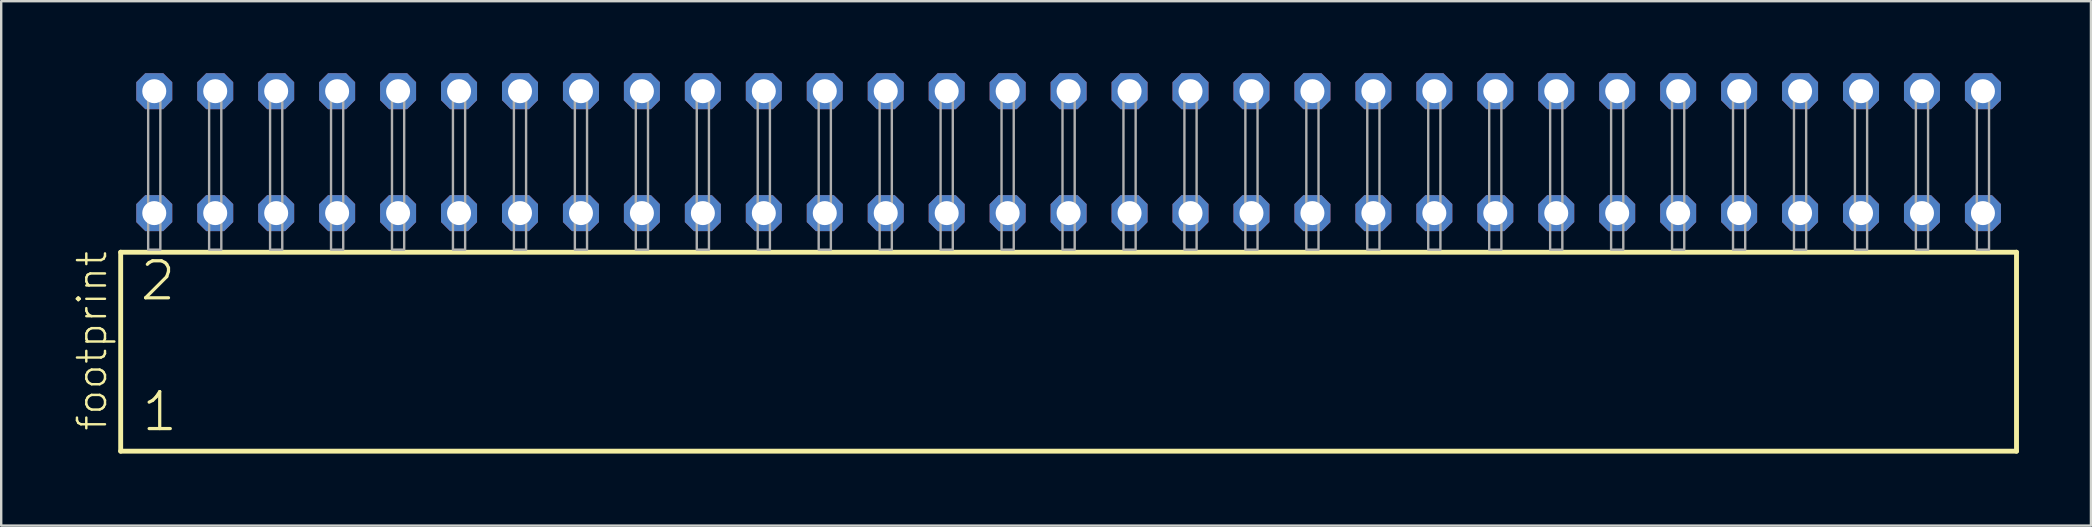
<source format=kicad_pcb>
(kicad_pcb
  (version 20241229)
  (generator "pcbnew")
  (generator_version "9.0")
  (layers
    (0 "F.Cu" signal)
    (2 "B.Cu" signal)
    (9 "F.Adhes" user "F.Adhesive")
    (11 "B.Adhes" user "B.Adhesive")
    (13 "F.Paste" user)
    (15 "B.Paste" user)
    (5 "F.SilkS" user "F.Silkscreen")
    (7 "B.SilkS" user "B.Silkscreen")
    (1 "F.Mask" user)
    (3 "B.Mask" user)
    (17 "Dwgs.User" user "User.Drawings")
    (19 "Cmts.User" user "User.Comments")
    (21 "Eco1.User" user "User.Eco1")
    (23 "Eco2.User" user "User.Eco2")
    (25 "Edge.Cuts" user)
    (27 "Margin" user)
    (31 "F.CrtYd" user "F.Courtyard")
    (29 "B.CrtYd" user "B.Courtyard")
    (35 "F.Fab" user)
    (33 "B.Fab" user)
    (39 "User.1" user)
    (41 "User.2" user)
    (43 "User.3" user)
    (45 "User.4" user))
  (footprint "footprint"
    (layer "F.Cu")
    (at 41.478 7.354)
    (property "Reference" "footprint" (at -40.005 7.62 90) (layer "F.SilkS") (effects (font (size 1.168 1.168) (thickness 0.102)) (justify left bottom)))
    (fp_line (start -39.499 0.106) (end -39.499 8.396) (stroke (width 0.203) (type solid)) (layer "F.SilkS"))
    (fp_line (start -39.499 8.396) (end 39.499 8.396) (stroke (width 0.203) (type solid)) (layer "F.SilkS"))
    (fp_line (start 39.499 0.106) (end -39.499 0.106) (stroke (width 0.203) (type solid)) (layer "F.SilkS"))
    (fp_line (start 39.499 8.396) (end 39.499 0.106) (stroke (width 0.203) (type solid)) (layer "F.SilkS"))
    (fp_poly (pts (xy -38.354 0) (xy -37.846 0) (xy -37.846 -6.858) (xy -38.354 -6.858)) (stroke (width 0.1) (type solid)) (fill no) (layer "F.Fab"))
    (fp_poly (pts (xy -35.814 0) (xy -35.306 0) (xy -35.306 -6.858) (xy -35.814 -6.858)) (stroke (width 0.1) (type solid)) (fill no) (layer "F.Fab"))
    (fp_poly (pts (xy -33.274 0) (xy -32.766 0) (xy -32.766 -6.858) (xy -33.274 -6.858)) (stroke (width 0.1) (type solid)) (fill no) (layer "F.Fab"))
    (fp_poly (pts (xy -30.734 0) (xy -30.226 0) (xy -30.226 -6.858) (xy -30.734 -6.858)) (stroke (width 0.1) (type solid)) (fill no) (layer "F.Fab"))
    (fp_poly (pts (xy -28.194 0) (xy -27.686 0) (xy -27.686 -6.858) (xy -28.194 -6.858)) (stroke (width 0.1) (type solid)) (fill no) (layer "F.Fab"))
    (fp_poly (pts (xy -25.654 0) (xy -25.146 0) (xy -25.146 -6.858) (xy -25.654 -6.858)) (stroke (width 0.1) (type solid)) (fill no) (layer "F.Fab"))
    (fp_poly (pts (xy -23.114 0) (xy -22.606 0) (xy -22.606 -6.858) (xy -23.114 -6.858)) (stroke (width 0.1) (type solid)) (fill no) (layer "F.Fab"))
    (fp_poly (pts (xy -20.574 0) (xy -20.066 0) (xy -20.066 -6.858) (xy -20.574 -6.858)) (stroke (width 0.1) (type solid)) (fill no) (layer "F.Fab"))
    (fp_poly (pts (xy -18.034 0) (xy -17.526 0) (xy -17.526 -6.858) (xy -18.034 -6.858)) (stroke (width 0.1) (type solid)) (fill no) (layer "F.Fab"))
    (fp_poly (pts (xy -15.494 0) (xy -14.986 0) (xy -14.986 -6.858) (xy -15.494 -6.858)) (stroke (width 0.1) (type solid)) (fill no) (layer "F.Fab"))
    (fp_poly (pts (xy -12.954 0) (xy -12.446 0) (xy -12.446 -6.858) (xy -12.954 -6.858)) (stroke (width 0.1) (type solid)) (fill no) (layer "F.Fab"))
    (fp_poly (pts (xy -10.414 0) (xy -9.906 0) (xy -9.906 -6.858) (xy -10.414 -6.858)) (stroke (width 0.1) (type solid)) (fill no) (layer "F.Fab"))
    (fp_poly (pts (xy -7.874 0) (xy -7.366 0) (xy -7.366 -6.858) (xy -7.874 -6.858)) (stroke (width 0.1) (type solid)) (fill no) (layer "F.Fab"))
    (fp_poly (pts (xy -5.334 0) (xy -4.826 0) (xy -4.826 -6.858) (xy -5.334 -6.858)) (stroke (width 0.1) (type solid)) (fill no) (layer "F.Fab"))
    (fp_poly (pts (xy -2.794 0) (xy -2.286 0) (xy -2.286 -6.858) (xy -2.794 -6.858)) (stroke (width 0.1) (type solid)) (fill no) (layer "F.Fab"))
    (fp_poly (pts (xy -0.254 0) (xy 0.254 0) (xy 0.254 -6.858) (xy -0.254 -6.858)) (stroke (width 0.1) (type solid)) (fill no) (layer "F.Fab"))
    (fp_poly (pts (xy 2.286 0) (xy 2.794 0) (xy 2.794 -6.858) (xy 2.286 -6.858)) (stroke (width 0.1) (type solid)) (fill no) (layer "F.Fab"))
    (fp_poly (pts (xy 4.826 0) (xy 5.334 0) (xy 5.334 -6.858) (xy 4.826 -6.858)) (stroke (width 0.1) (type solid)) (fill no) (layer "F.Fab"))
    (fp_poly (pts (xy 7.366 0) (xy 7.874 0) (xy 7.874 -6.858) (xy 7.366 -6.858)) (stroke (width 0.1) (type solid)) (fill no) (layer "F.Fab"))
    (fp_poly (pts (xy 9.906 0) (xy 10.414 0) (xy 10.414 -6.858) (xy 9.906 -6.858)) (stroke (width 0.1) (type solid)) (fill no) (layer "F.Fab"))
    (fp_poly (pts (xy 12.446 0) (xy 12.954 0) (xy 12.954 -6.858) (xy 12.446 -6.858)) (stroke (width 0.1) (type solid)) (fill no) (layer "F.Fab"))
    (fp_poly (pts (xy 14.986 0) (xy 15.494 0) (xy 15.494 -6.858) (xy 14.986 -6.858)) (stroke (width 0.1) (type solid)) (fill no) (layer "F.Fab"))
    (fp_poly (pts (xy 17.526 0) (xy 18.034 0) (xy 18.034 -6.858) (xy 17.526 -6.858)) (stroke (width 0.1) (type solid)) (fill no) (layer "F.Fab"))
    (fp_poly (pts (xy 20.066 0) (xy 20.574 0) (xy 20.574 -6.858) (xy 20.066 -6.858)) (stroke (width 0.1) (type solid)) (fill no) (layer "F.Fab"))
    (fp_poly (pts (xy 22.606 0) (xy 23.114 0) (xy 23.114 -6.858) (xy 22.606 -6.858)) (stroke (width 0.1) (type solid)) (fill no) (layer "F.Fab"))
    (fp_poly (pts (xy 25.146 0) (xy 25.654 0) (xy 25.654 -6.858) (xy 25.146 -6.858)) (stroke (width 0.1) (type solid)) (fill no) (layer "F.Fab"))
    (fp_poly (pts (xy 27.686 0) (xy 28.194 0) (xy 28.194 -6.858) (xy 27.686 -6.858)) (stroke (width 0.1) (type solid)) (fill no) (layer "F.Fab"))
    (fp_poly (pts (xy 30.226 0) (xy 30.734 0) (xy 30.734 -6.858) (xy 30.226 -6.858)) (stroke (width 0.1) (type solid)) (fill no) (layer "F.Fab"))
    (fp_poly (pts (xy 32.766 0) (xy 33.274 0) (xy 33.274 -6.858) (xy 32.766 -6.858)) (stroke (width 0.1) (type solid)) (fill no) (layer "F.Fab"))
    (fp_poly (pts (xy 35.306 0) (xy 35.814 0) (xy 35.814 -6.858) (xy 35.306 -6.858)) (stroke (width 0.1) (type solid)) (fill no) (layer "F.Fab"))
    (fp_poly (pts (xy 37.846 0) (xy 38.354 0) (xy 38.354 -6.858) (xy 37.846 -6.858)) (stroke (width 0.1) (type solid)) (fill no) (layer "F.Fab"))
    (fp_text user "2" (at -38.77 2.2 0) (layer "F.SilkS") (effects (font (size 1.542 1.542) (thickness 0.134)) (justify left bottom)))
    (fp_text user "1" (at -38.695 7.65 0) (layer "F.SilkS") (effects (font (size 1.542 1.542) (thickness 0.134)) (justify left bottom)))
    (pad "1" thru_hole roundrect (at -38.1 -1.524) (size 1.5 1.5) (drill 1) (layers "*.Cu" "*.Mask") (roundrect_rratio 0.25) (chamfer_ratio 0.25) (chamfer top_left top_right bottom_left bottom_right))
    (pad "2" thru_hole roundrect (at -38.1 -6.604) (size 1.5 1.5) (drill 1) (layers "*.Cu" "*.Mask") (roundrect_rratio 0.25) (chamfer_ratio 0.25) (chamfer top_left top_right bottom_left bottom_right))
    (pad "3" thru_hole roundrect (at -35.56 -1.524) (size 1.5 1.5) (drill 1) (layers "*.Cu" "*.Mask") (roundrect_rratio 0.25) (chamfer_ratio 0.25) (chamfer top_left top_right bottom_left bottom_right))
    (pad "4" thru_hole roundrect (at -35.56 -6.604) (size 1.5 1.5) (drill 1) (layers "*.Cu" "*.Mask") (roundrect_rratio 0.25) (chamfer_ratio 0.25) (chamfer top_left top_right bottom_left bottom_right))
    (pad "5" thru_hole roundrect (at -33.02 -1.524) (size 1.5 1.5) (drill 1) (layers "*.Cu" "*.Mask") (roundrect_rratio 0.25) (chamfer_ratio 0.25) (chamfer top_left top_right bottom_left bottom_right))
    (pad "6" thru_hole roundrect (at -33.02 -6.604) (size 1.5 1.5) (drill 1) (layers "*.Cu" "*.Mask") (roundrect_rratio 0.25) (chamfer_ratio 0.25) (chamfer top_left top_right bottom_left bottom_right))
    (pad "7" thru_hole roundrect (at -30.48 -1.524) (size 1.5 1.5) (drill 1) (layers "*.Cu" "*.Mask") (roundrect_rratio 0.25) (chamfer_ratio 0.25) (chamfer top_left top_right bottom_left bottom_right))
    (pad "8" thru_hole roundrect (at -30.48 -6.604) (size 1.5 1.5) (drill 1) (layers "*.Cu" "*.Mask") (roundrect_rratio 0.25) (chamfer_ratio 0.25) (chamfer top_left top_right bottom_left bottom_right))
    (pad "9" thru_hole roundrect (at -27.94 -1.524) (size 1.5 1.5) (drill 1) (layers "*.Cu" "*.Mask") (roundrect_rratio 0.25) (chamfer_ratio 0.25) (chamfer top_left top_right bottom_left bottom_right))
    (pad "10" thru_hole roundrect (at -27.94 -6.604) (size 1.5 1.5) (drill 1) (layers "*.Cu" "*.Mask") (roundrect_rratio 0.25) (chamfer_ratio 0.25) (chamfer top_left top_right bottom_left bottom_right))
    (pad "11" thru_hole roundrect (at -25.4 -1.524) (size 1.5 1.5) (drill 1) (layers "*.Cu" "*.Mask") (roundrect_rratio 0.25) (chamfer_ratio 0.25) (chamfer top_left top_right bottom_left bottom_right))
    (pad "12" thru_hole roundrect (at -25.4 -6.604) (size 1.5 1.5) (drill 1) (layers "*.Cu" "*.Mask") (roundrect_rratio 0.25) (chamfer_ratio 0.25) (chamfer top_left top_right bottom_left bottom_right))
    (pad "13" thru_hole roundrect (at -22.86 -1.524) (size 1.5 1.5) (drill 1) (layers "*.Cu" "*.Mask") (roundrect_rratio 0.25) (chamfer_ratio 0.25) (chamfer top_left top_right bottom_left bottom_right))
    (pad "14" thru_hole roundrect (at -22.86 -6.604) (size 1.5 1.5) (drill 1) (layers "*.Cu" "*.Mask") (roundrect_rratio 0.25) (chamfer_ratio 0.25) (chamfer top_left top_right bottom_left bottom_right))
    (pad "15" thru_hole roundrect (at -20.32 -1.524) (size 1.5 1.5) (drill 1) (layers "*.Cu" "*.Mask") (roundrect_rratio 0.25) (chamfer_ratio 0.25) (chamfer top_left top_right bottom_left bottom_right))
    (pad "16" thru_hole roundrect (at -20.32 -6.604) (size 1.5 1.5) (drill 1) (layers "*.Cu" "*.Mask") (roundrect_rratio 0.25) (chamfer_ratio 0.25) (chamfer top_left top_right bottom_left bottom_right))
    (pad "17" thru_hole roundrect (at -17.78 -1.524) (size 1.5 1.5) (drill 1) (layers "*.Cu" "*.Mask") (roundrect_rratio 0.25) (chamfer_ratio 0.25) (chamfer top_left top_right bottom_left bottom_right))
    (pad "18" thru_hole roundrect (at -17.78 -6.604) (size 1.5 1.5) (drill 1) (layers "*.Cu" "*.Mask") (roundrect_rratio 0.25) (chamfer_ratio 0.25) (chamfer top_left top_right bottom_left bottom_right))
    (pad "19" thru_hole roundrect (at -15.24 -1.524) (size 1.5 1.5) (drill 1) (layers "*.Cu" "*.Mask") (roundrect_rratio 0.25) (chamfer_ratio 0.25) (chamfer top_left top_right bottom_left bottom_right))
    (pad "20" thru_hole roundrect (at -15.24 -6.604) (size 1.5 1.5) (drill 1) (layers "*.Cu" "*.Mask") (roundrect_rratio 0.25) (chamfer_ratio 0.25) (chamfer top_left top_right bottom_left bottom_right))
    (pad "21" thru_hole roundrect (at -12.7 -1.524) (size 1.5 1.5) (drill 1) (layers "*.Cu" "*.Mask") (roundrect_rratio 0.25) (chamfer_ratio 0.25) (chamfer top_left top_right bottom_left bottom_right))
    (pad "22" thru_hole roundrect (at -12.7 -6.604) (size 1.5 1.5) (drill 1) (layers "*.Cu" "*.Mask") (roundrect_rratio 0.25) (chamfer_ratio 0.25) (chamfer top_left top_right bottom_left bottom_right))
    (pad "23" thru_hole roundrect (at -10.16 -1.524) (size 1.5 1.5) (drill 1) (layers "*.Cu" "*.Mask") (roundrect_rratio 0.25) (chamfer_ratio 0.25) (chamfer top_left top_right bottom_left bottom_right))
    (pad "24" thru_hole roundrect (at -10.16 -6.604) (size 1.5 1.5) (drill 1) (layers "*.Cu" "*.Mask") (roundrect_rratio 0.25) (chamfer_ratio 0.25) (chamfer top_left top_right bottom_left bottom_right))
    (pad "25" thru_hole roundrect (at -7.62 -1.524) (size 1.5 1.5) (drill 1) (layers "*.Cu" "*.Mask") (roundrect_rratio 0.25) (chamfer_ratio 0.25) (chamfer top_left top_right bottom_left bottom_right))
    (pad "26" thru_hole roundrect (at -7.62 -6.604) (size 1.5 1.5) (drill 1) (layers "*.Cu" "*.Mask") (roundrect_rratio 0.25) (chamfer_ratio 0.25) (chamfer top_left top_right bottom_left bottom_right))
    (pad "27" thru_hole roundrect (at -5.08 -1.524) (size 1.5 1.5) (drill 1) (layers "*.Cu" "*.Mask") (roundrect_rratio 0.25) (chamfer_ratio 0.25) (chamfer top_left top_right bottom_left bottom_right))
    (pad "28" thru_hole roundrect (at -5.08 -6.604) (size 1.5 1.5) (drill 1) (layers "*.Cu" "*.Mask") (roundrect_rratio 0.25) (chamfer_ratio 0.25) (chamfer top_left top_right bottom_left bottom_right))
    (pad "29" thru_hole roundrect (at -2.54 -1.524) (size 1.5 1.5) (drill 1) (layers "*.Cu" "*.Mask") (roundrect_rratio 0.25) (chamfer_ratio 0.25) (chamfer top_left top_right bottom_left bottom_right))
    (pad "30" thru_hole roundrect (at -2.54 -6.604) (size 1.5 1.5) (drill 1) (layers "*.Cu" "*.Mask") (roundrect_rratio 0.25) (chamfer_ratio 0.25) (chamfer top_left top_right bottom_left bottom_right))
    (pad "31" thru_hole roundrect (at 0 -1.524) (size 1.5 1.5) (drill 1) (layers "*.Cu" "*.Mask") (roundrect_rratio 0.25) (chamfer_ratio 0.25) (chamfer top_left top_right bottom_left bottom_right))
    (pad "32" thru_hole roundrect (at 0 -6.604) (size 1.5 1.5) (drill 1) (layers "*.Cu" "*.Mask") (roundrect_rratio 0.25) (chamfer_ratio 0.25) (chamfer top_left top_right bottom_left bottom_right))
    (pad "33" thru_hole roundrect (at 2.54 -1.524) (size 1.5 1.5) (drill 1) (layers "*.Cu" "*.Mask") (roundrect_rratio 0.25) (chamfer_ratio 0.25) (chamfer top_left top_right bottom_left bottom_right))
    (pad "34" thru_hole roundrect (at 2.54 -6.604) (size 1.5 1.5) (drill 1) (layers "*.Cu" "*.Mask") (roundrect_rratio 0.25) (chamfer_ratio 0.25) (chamfer top_left top_right bottom_left bottom_right))
    (pad "35" thru_hole roundrect (at 5.08 -1.524) (size 1.5 1.5) (drill 1) (layers "*.Cu" "*.Mask") (roundrect_rratio 0.25) (chamfer_ratio 0.25) (chamfer top_left top_right bottom_left bottom_right))
    (pad "36" thru_hole roundrect (at 5.08 -6.604) (size 1.5 1.5) (drill 1) (layers "*.Cu" "*.Mask") (roundrect_rratio 0.25) (chamfer_ratio 0.25) (chamfer top_left top_right bottom_left bottom_right))
    (pad "37" thru_hole roundrect (at 7.62 -1.524) (size 1.5 1.5) (drill 1) (layers "*.Cu" "*.Mask") (roundrect_rratio 0.25) (chamfer_ratio 0.25) (chamfer top_left top_right bottom_left bottom_right))
    (pad "38" thru_hole roundrect (at 7.62 -6.604) (size 1.5 1.5) (drill 1) (layers "*.Cu" "*.Mask") (roundrect_rratio 0.25) (chamfer_ratio 0.25) (chamfer top_left top_right bottom_left bottom_right))
    (pad "39" thru_hole roundrect (at 10.16 -1.524) (size 1.5 1.5) (drill 1) (layers "*.Cu" "*.Mask") (roundrect_rratio 0.25) (chamfer_ratio 0.25) (chamfer top_left top_right bottom_left bottom_right))
    (pad "40" thru_hole roundrect (at 10.16 -6.604) (size 1.5 1.5) (drill 1) (layers "*.Cu" "*.Mask") (roundrect_rratio 0.25) (chamfer_ratio 0.25) (chamfer top_left top_right bottom_left bottom_right))
    (pad "41" thru_hole roundrect (at 12.7 -1.524) (size 1.5 1.5) (drill 1) (layers "*.Cu" "*.Mask") (roundrect_rratio 0.25) (chamfer_ratio 0.25) (chamfer top_left top_right bottom_left bottom_right))
    (pad "42" thru_hole roundrect (at 12.7 -6.604) (size 1.5 1.5) (drill 1) (layers "*.Cu" "*.Mask") (roundrect_rratio 0.25) (chamfer_ratio 0.25) (chamfer top_left top_right bottom_left bottom_right))
    (pad "43" thru_hole roundrect (at 15.24 -1.524) (size 1.5 1.5) (drill 1) (layers "*.Cu" "*.Mask") (roundrect_rratio 0.25) (chamfer_ratio 0.25) (chamfer top_left top_right bottom_left bottom_right))
    (pad "44" thru_hole roundrect (at 15.24 -6.604) (size 1.5 1.5) (drill 1) (layers "*.Cu" "*.Mask") (roundrect_rratio 0.25) (chamfer_ratio 0.25) (chamfer top_left top_right bottom_left bottom_right))
    (pad "45" thru_hole roundrect (at 17.78 -1.524) (size 1.5 1.5) (drill 1) (layers "*.Cu" "*.Mask") (roundrect_rratio 0.25) (chamfer_ratio 0.25) (chamfer top_left top_right bottom_left bottom_right))
    (pad "46" thru_hole roundrect (at 17.78 -6.604) (size 1.5 1.5) (drill 1) (layers "*.Cu" "*.Mask") (roundrect_rratio 0.25) (chamfer_ratio 0.25) (chamfer top_left top_right bottom_left bottom_right))
    (pad "47" thru_hole roundrect (at 20.32 -1.524) (size 1.5 1.5) (drill 1) (layers "*.Cu" "*.Mask") (roundrect_rratio 0.25) (chamfer_ratio 0.25) (chamfer top_left top_right bottom_left bottom_right))
    (pad "48" thru_hole roundrect (at 20.32 -6.604) (size 1.5 1.5) (drill 1) (layers "*.Cu" "*.Mask") (roundrect_rratio 0.25) (chamfer_ratio 0.25) (chamfer top_left top_right bottom_left bottom_right))
    (pad "49" thru_hole roundrect (at 22.86 -1.524) (size 1.5 1.5) (drill 1) (layers "*.Cu" "*.Mask") (roundrect_rratio 0.25) (chamfer_ratio 0.25) (chamfer top_left top_right bottom_left bottom_right))
    (pad "50" thru_hole roundrect (at 22.86 -6.604) (size 1.5 1.5) (drill 1) (layers "*.Cu" "*.Mask") (roundrect_rratio 0.25) (chamfer_ratio 0.25) (chamfer top_left top_right bottom_left bottom_right))
    (pad "51" thru_hole roundrect (at 25.4 -1.524) (size 1.5 1.5) (drill 1) (layers "*.Cu" "*.Mask") (roundrect_rratio 0.25) (chamfer_ratio 0.25) (chamfer top_left top_right bottom_left bottom_right))
    (pad "52" thru_hole roundrect (at 25.4 -6.604) (size 1.5 1.5) (drill 1) (layers "*.Cu" "*.Mask") (roundrect_rratio 0.25) (chamfer_ratio 0.25) (chamfer top_left top_right bottom_left bottom_right))
    (pad "53" thru_hole roundrect (at 27.94 -1.524) (size 1.5 1.5) (drill 1) (layers "*.Cu" "*.Mask") (roundrect_rratio 0.25) (chamfer_ratio 0.25) (chamfer top_left top_right bottom_left bottom_right))
    (pad "54" thru_hole roundrect (at 27.94 -6.604) (size 1.5 1.5) (drill 1) (layers "*.Cu" "*.Mask") (roundrect_rratio 0.25) (chamfer_ratio 0.25) (chamfer top_left top_right bottom_left bottom_right))
    (pad "55" thru_hole roundrect (at 30.48 -1.524) (size 1.5 1.5) (drill 1) (layers "*.Cu" "*.Mask") (roundrect_rratio 0.25) (chamfer_ratio 0.25) (chamfer top_left top_right bottom_left bottom_right))
    (pad "56" thru_hole roundrect (at 30.48 -6.604) (size 1.5 1.5) (drill 1) (layers "*.Cu" "*.Mask") (roundrect_rratio 0.25) (chamfer_ratio 0.25) (chamfer top_left top_right bottom_left bottom_right))
    (pad "57" thru_hole roundrect (at 33.02 -1.524) (size 1.5 1.5) (drill 1) (layers "*.Cu" "*.Mask") (roundrect_rratio 0.25) (chamfer_ratio 0.25) (chamfer top_left top_right bottom_left bottom_right))
    (pad "58" thru_hole roundrect (at 33.02 -6.604) (size 1.5 1.5) (drill 1) (layers "*.Cu" "*.Mask") (roundrect_rratio 0.25) (chamfer_ratio 0.25) (chamfer top_left top_right bottom_left bottom_right))
    (pad "59" thru_hole roundrect (at 35.56 -1.524) (size 1.5 1.5) (drill 1) (layers "*.Cu" "*.Mask") (roundrect_rratio 0.25) (chamfer_ratio 0.25) (chamfer top_left top_right bottom_left bottom_right))
    (pad "60" thru_hole roundrect (at 35.56 -6.604) (size 1.5 1.5) (drill 1) (layers "*.Cu" "*.Mask") (roundrect_rratio 0.25) (chamfer_ratio 0.25) (chamfer top_left top_right bottom_left bottom_right))
    (pad "61" thru_hole roundrect (at 38.1 -1.524) (size 1.5 1.5) (drill 1) (layers "*.Cu" "*.Mask") (roundrect_rratio 0.25) (chamfer_ratio 0.25) (chamfer top_left top_right bottom_left bottom_right))
    (pad "62" thru_hole roundrect (at 38.1 -6.604) (size 1.5 1.5) (drill 1) (layers "*.Cu" "*.Mask") (roundrect_rratio 0.25) (chamfer_ratio 0.25) (chamfer top_left top_right bottom_left bottom_right)))
  (gr_rect
    (start -3 -3)
    (end 84.079 18.852)
    (stroke (width 0.1) (type default))
    (fill no)
    (layer "Edge.Cuts")))
</source>
